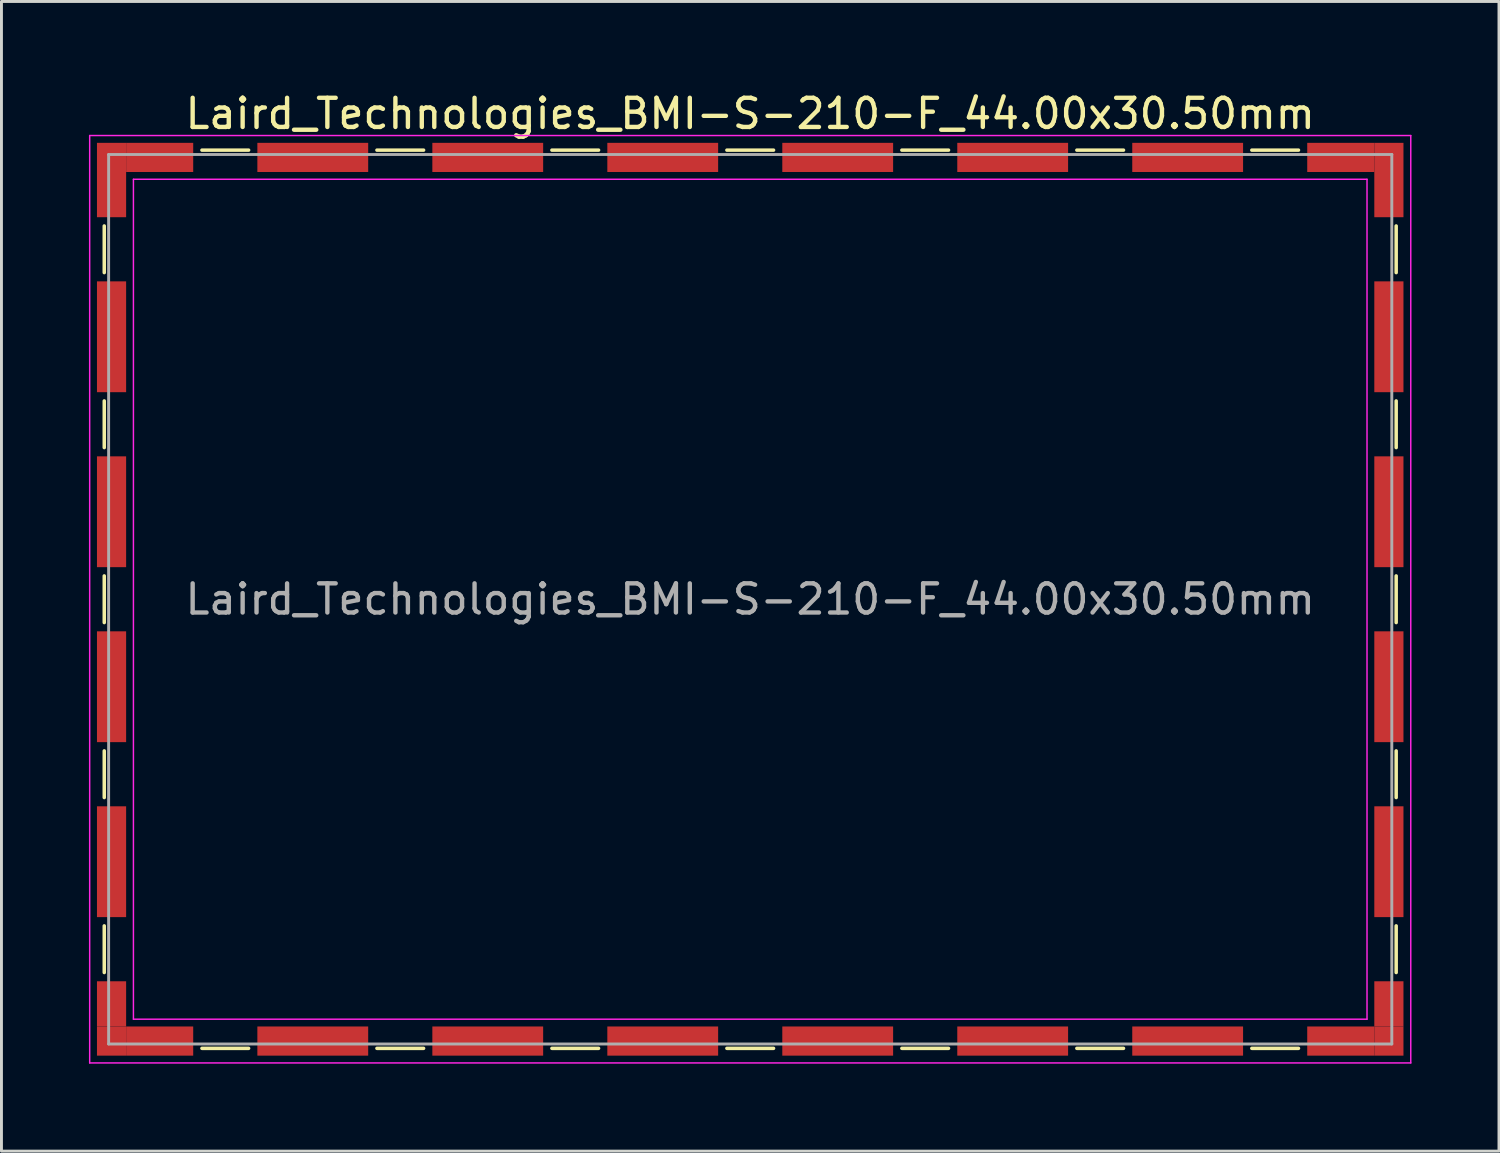
<source format=kicad_pcb>
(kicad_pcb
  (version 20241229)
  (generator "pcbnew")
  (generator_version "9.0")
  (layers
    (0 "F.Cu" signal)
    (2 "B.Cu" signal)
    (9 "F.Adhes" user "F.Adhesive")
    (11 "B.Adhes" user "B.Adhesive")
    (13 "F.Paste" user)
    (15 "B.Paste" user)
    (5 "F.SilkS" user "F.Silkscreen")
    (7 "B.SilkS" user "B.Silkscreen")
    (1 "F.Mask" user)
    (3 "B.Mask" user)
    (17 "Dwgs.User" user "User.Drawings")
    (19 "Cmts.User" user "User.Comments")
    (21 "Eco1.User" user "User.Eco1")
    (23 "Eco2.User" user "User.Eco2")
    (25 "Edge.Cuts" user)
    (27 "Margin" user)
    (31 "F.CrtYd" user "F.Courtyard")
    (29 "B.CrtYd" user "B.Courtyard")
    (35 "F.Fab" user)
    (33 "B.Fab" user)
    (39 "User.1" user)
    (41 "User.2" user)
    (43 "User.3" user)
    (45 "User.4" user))
  (footprint "Laird_Technologies_BMI-S-210-F_44.00x30.50mm"
    (layer "F.Cu")
    (at 22.675 17.498)
    (property "Reference" "Laird_Technologies_BMI-S-210-F_44.00x30.50mm" (at 0 -16.65 0) (layer "F.SilkS") (effects (font (size 1 1) (thickness 0.15))))
    (attr smd)
    (fp_line (start -22.15 -12.8) (end -22.15 -11.2) (stroke (width 0.12) (type solid)) (layer "F.SilkS"))
    (fp_line (start -22.15 -6.8) (end -22.15 -5.2) (stroke (width 0.12) (type solid)) (layer "F.SilkS"))
    (fp_line (start -22.15 -0.8) (end -22.15 0.8) (stroke (width 0.12) (type solid)) (layer "F.SilkS"))
    (fp_line (start -22.15 5.2) (end -22.15 6.8) (stroke (width 0.12) (type solid)) (layer "F.SilkS"))
    (fp_line (start -22.15 11.2) (end -22.15 12.8) (stroke (width 0.12) (type solid)) (layer "F.SilkS"))
    (fp_line (start -18.8 -15.4) (end -17.2 -15.4) (stroke (width 0.12) (type solid)) (layer "F.SilkS"))
    (fp_line (start -18.8 15.4) (end -17.2 15.4) (stroke (width 0.12) (type solid)) (layer "F.SilkS"))
    (fp_line (start -12.8 -15.4) (end -11.2 -15.4) (stroke (width 0.12) (type solid)) (layer "F.SilkS"))
    (fp_line (start -12.8 15.4) (end -11.2 15.4) (stroke (width 0.12) (type solid)) (layer "F.SilkS"))
    (fp_line (start -6.8 -15.4) (end -5.2 -15.4) (stroke (width 0.12) (type solid)) (layer "F.SilkS"))
    (fp_line (start -6.8 15.4) (end -5.2 15.4) (stroke (width 0.12) (type solid)) (layer "F.SilkS"))
    (fp_line (start -0.8 -15.4) (end 0.8 -15.4) (stroke (width 0.12) (type solid)) (layer "F.SilkS"))
    (fp_line (start -0.8 15.4) (end 0.8 15.4) (stroke (width 0.12) (type solid)) (layer "F.SilkS"))
    (fp_line (start 5.2 -15.4) (end 6.8 -15.4) (stroke (width 0.12) (type solid)) (layer "F.SilkS"))
    (fp_line (start 5.2 15.4) (end 6.8 15.4) (stroke (width 0.12) (type solid)) (layer "F.SilkS"))
    (fp_line (start 11.2 -15.4) (end 12.8 -15.4) (stroke (width 0.12) (type solid)) (layer "F.SilkS"))
    (fp_line (start 11.2 15.4) (end 12.8 15.4) (stroke (width 0.12) (type solid)) (layer "F.SilkS"))
    (fp_line (start 17.2 -15.4) (end 18.8 -15.4) (stroke (width 0.12) (type solid)) (layer "F.SilkS"))
    (fp_line (start 17.2 15.4) (end 18.8 15.4) (stroke (width 0.12) (type solid)) (layer "F.SilkS"))
    (fp_line (start 22.15 -12.8) (end 22.15 -11.2) (stroke (width 0.12) (type solid)) (layer "F.SilkS"))
    (fp_line (start 22.15 -6.8) (end 22.15 -5.2) (stroke (width 0.12) (type solid)) (layer "F.SilkS"))
    (fp_line (start 22.15 -0.8) (end 22.15 0.8) (stroke (width 0.12) (type solid)) (layer "F.SilkS"))
    (fp_line (start 22.15 5.2) (end 22.15 6.8) (stroke (width 0.12) (type solid)) (layer "F.SilkS"))
    (fp_line (start 22.15 11.2) (end 22.15 12.8) (stroke (width 0.12) (type solid)) (layer "F.SilkS"))
    (fp_line (start -22.65 -15.9) (end -22.65 15.9) (stroke (width 0.05) (type solid)) (layer "F.CrtYd"))
    (fp_line (start -22.65 15.9) (end 22.65 15.9) (stroke (width 0.05) (type solid)) (layer "F.CrtYd"))
    (fp_line (start -21.15 -14.4) (end -21.15 14.4) (stroke (width 0.05) (type solid)) (layer "F.CrtYd"))
    (fp_line (start 21.15 -14.4) (end -21.15 -14.4) (stroke (width 0.05) (type solid)) (layer "F.CrtYd"))
    (fp_line (start 21.15 -14.4) (end 21.15 14.4) (stroke (width 0.05) (type solid)) (layer "F.CrtYd"))
    (fp_line (start 21.15 14.4) (end -21.15 14.4) (stroke (width 0.05) (type solid)) (layer "F.CrtYd"))
    (fp_line (start 22.65 -15.9) (end -22.65 -15.9) (stroke (width 0.05) (type solid)) (layer "F.CrtYd"))
    (fp_line (start 22.65 15.9) (end 22.65 -15.9) (stroke (width 0.05) (type solid)) (layer "F.CrtYd"))
    (fp_line (start -22 -15.25) (end -22 15.25) (stroke (width 0.1) (type solid)) (layer "F.Fab"))
    (fp_line (start -22 15.25) (end 22 15.25) (stroke (width 0.1) (type solid)) (layer "F.Fab"))
    (fp_line (start 22 -15.25) (end -22 -15.25) (stroke (width 0.1) (type solid)) (layer "F.Fab"))
    (fp_line (start 22 15.25) (end 22 -15.25) (stroke (width 0.1) (type solid)) (layer "F.Fab"))
    (fp_text user "${REFERENCE}" (at 0 0 0) (layer "F.Fab") (effects (font (size 1 1) (thickness 0.15))))
    (pad "1" smd rect (at -21.9 -15.15) (size 1 1) (layers "F.Cu" "F.Mask" "F.Paste"))
    (pad "1" smd rect (at -21.9 -13.875) (size 1 1.55) (layers "F.Cu" "F.Mask" "F.Paste"))
    (pad "1" smd rect (at -21.9 -9) (size 1 3.8) (layers "F.Cu" "F.Mask" "F.Paste"))
    (pad "1" smd rect (at -21.9 -3) (size 1 3.8) (layers "F.Cu" "F.Mask" "F.Paste"))
    (pad "1" smd rect (at -21.9 3) (size 1 3.8) (layers "F.Cu" "F.Mask" "F.Paste"))
    (pad "1" smd rect (at -21.9 9) (size 1 3.8) (layers "F.Cu" "F.Mask" "F.Paste"))
    (pad "1" smd rect (at -21.9 13.875) (size 1 1.55) (layers "F.Cu" "F.Mask" "F.Paste"))
    (pad "1" smd rect (at -21.9 15.15) (size 1 1) (layers "F.Cu" "F.Mask" "F.Paste"))
    (pad "1" smd rect (at -20.25 -15.15) (size 2.3 1) (layers "F.Cu" "F.Mask" "F.Paste"))
    (pad "1" smd rect (at -20.25 15.15) (size 2.3 1) (layers "F.Cu" "F.Mask" "F.Paste"))
    (pad "1" smd rect (at -15 -15.15) (size 3.8 1) (layers "F.Cu" "F.Mask" "F.Paste"))
    (pad "1" smd rect (at -15 15.15) (size 3.8 1) (layers "F.Cu" "F.Mask" "F.Paste"))
    (pad "1" smd rect (at -9 -15.15) (size 3.8 1) (layers "F.Cu" "F.Mask" "F.Paste"))
    (pad "1" smd rect (at -9 15.15) (size 3.8 1) (layers "F.Cu" "F.Mask" "F.Paste"))
    (pad "1" smd rect (at -3 -15.15) (size 3.8 1) (layers "F.Cu" "F.Mask" "F.Paste"))
    (pad "1" smd rect (at -3 15.15) (size 3.8 1) (layers "F.Cu" "F.Mask" "F.Paste"))
    (pad "1" smd rect (at 3 -15.15) (size 3.8 1) (layers "F.Cu" "F.Mask" "F.Paste"))
    (pad "1" smd rect (at 3 15.15) (size 3.8 1) (layers "F.Cu" "F.Mask" "F.Paste"))
    (pad "1" smd rect (at 9 -15.15) (size 3.8 1) (layers "F.Cu" "F.Mask" "F.Paste"))
    (pad "1" smd rect (at 9 15.15) (size 3.8 1) (layers "F.Cu" "F.Mask" "F.Paste"))
    (pad "1" smd rect (at 15 -15.15) (size 3.8 1) (layers "F.Cu" "F.Mask" "F.Paste"))
    (pad "1" smd rect (at 15 15.15) (size 3.8 1) (layers "F.Cu" "F.Mask" "F.Paste"))
    (pad "1" smd rect (at 20.25 -15.15) (size 2.3 1) (layers "F.Cu" "F.Mask" "F.Paste"))
    (pad "1" smd rect (at 20.25 15.15) (size 2.3 1) (layers "F.Cu" "F.Mask" "F.Paste"))
    (pad "1" smd rect (at 21.9 -15.15) (size 1 1) (layers "F.Cu" "F.Mask" "F.Paste"))
    (pad "1" smd rect (at 21.9 -13.875) (size 1 1.55) (layers "F.Cu" "F.Mask" "F.Paste"))
    (pad "1" smd rect (at 21.9 -9) (size 1 3.8) (layers "F.Cu" "F.Mask" "F.Paste"))
    (pad "1" smd rect (at 21.9 -3) (size 1 3.8) (layers "F.Cu" "F.Mask" "F.Paste"))
    (pad "1" smd rect (at 21.9 3) (size 1 3.8) (layers "F.Cu" "F.Mask" "F.Paste"))
    (pad "1" smd rect (at 21.9 9) (size 1 3.8) (layers "F.Cu" "F.Mask" "F.Paste"))
    (pad "1" smd rect (at 21.9 13.875) (size 1 1.55) (layers "F.Cu" "F.Mask" "F.Paste"))
    (pad "1" smd rect (at 21.9 15.15) (size 1 1) (layers "F.Cu" "F.Mask" "F.Paste")))
  (gr_rect
    (start -3 -3)
    (end 48.35 36.423)
    (stroke (width 0.1) (type default))
    (fill no)
    (layer "Edge.Cuts")))
</source>
